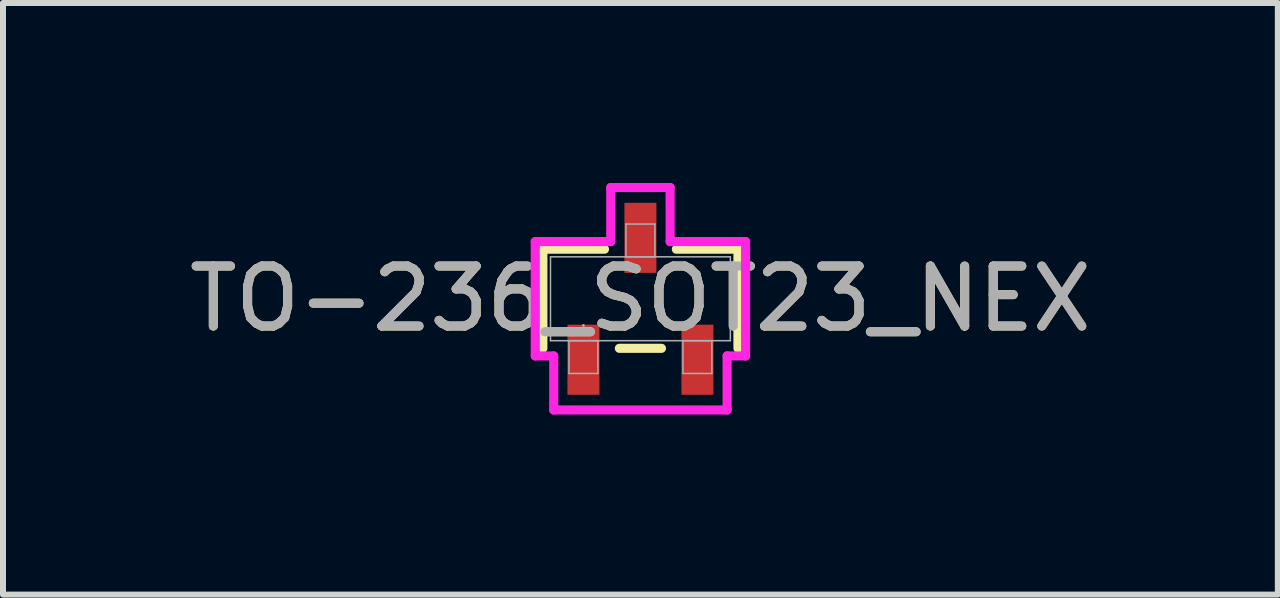
<source format=kicad_pcb>
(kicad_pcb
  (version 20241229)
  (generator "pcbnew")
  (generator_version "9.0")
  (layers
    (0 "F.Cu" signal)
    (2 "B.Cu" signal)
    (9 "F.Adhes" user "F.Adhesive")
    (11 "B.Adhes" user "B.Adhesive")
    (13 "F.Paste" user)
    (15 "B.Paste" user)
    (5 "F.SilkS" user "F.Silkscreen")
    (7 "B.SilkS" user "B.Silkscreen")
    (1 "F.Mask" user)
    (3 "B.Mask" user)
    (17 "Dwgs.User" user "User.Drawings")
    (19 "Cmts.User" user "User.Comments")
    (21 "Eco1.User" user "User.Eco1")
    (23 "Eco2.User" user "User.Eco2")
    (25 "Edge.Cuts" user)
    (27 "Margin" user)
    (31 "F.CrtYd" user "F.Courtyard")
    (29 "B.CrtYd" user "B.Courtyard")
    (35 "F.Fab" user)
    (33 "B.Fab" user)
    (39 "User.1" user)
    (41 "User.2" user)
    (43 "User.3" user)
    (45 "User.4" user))
  (footprint "TO-236_SOT23_NEX"
    (layer "F.Cu")
    (at 7.625 1.93)
    (property "Reference" "TO-236_SOT23_NEX" (at 0 0 0) (unlocked yes) (layer "F.SilkS") (effects (font (size 1 1) (thickness 0.15))))
    (attr smd)
    (fp_line (start -1.626 -0.826) (end -1.626 0.826) (stroke (width 0.152) (type solid)) (layer "F.SilkS"))
    (fp_line (start -0.599 -0.826) (end -1.626 -0.826) (stroke (width 0.152) (type solid)) (layer "F.SilkS"))
    (fp_line (start -0.351 0.826) (end 0.351 0.826) (stroke (width 0.152) (type solid)) (layer "F.SilkS"))
    (fp_line (start 1.626 -0.826) (end 0.599 -0.826) (stroke (width 0.152) (type solid)) (layer "F.SilkS"))
    (fp_line (start 1.626 0.826) (end 1.626 -0.826) (stroke (width 0.152) (type solid)) (layer "F.SilkS"))
    (fp_line (start -1.753 -0.953) (end -0.495 -0.953) (stroke (width 0.152) (type solid)) (layer "F.CrtYd"))
    (fp_line (start -1.753 0.953) (end -1.753 -0.953) (stroke (width 0.152) (type solid)) (layer "F.CrtYd"))
    (fp_line (start -1.753 0.953) (end -1.445 0.953) (stroke (width 0.152) (type solid)) (layer "F.CrtYd"))
    (fp_line (start -1.445 0.953) (end -1.445 1.854) (stroke (width 0.152) (type solid)) (layer "F.CrtYd"))
    (fp_line (start -1.445 1.854) (end 1.445 1.854) (stroke (width 0.152) (type solid)) (layer "F.CrtYd"))
    (fp_line (start -0.495 -1.854) (end 0.495 -1.854) (stroke (width 0.152) (type solid)) (layer "F.CrtYd"))
    (fp_line (start -0.495 -0.953) (end -0.495 -1.854) (stroke (width 0.152) (type solid)) (layer "F.CrtYd"))
    (fp_line (start 0.495 -0.953) (end 0.495 -1.854) (stroke (width 0.152) (type solid)) (layer "F.CrtYd"))
    (fp_line (start 1.445 0.953) (end 1.445 1.854) (stroke (width 0.152) (type solid)) (layer "F.CrtYd"))
    (fp_line (start 1.753 -0.953) (end 0.495 -0.953) (stroke (width 0.152) (type solid)) (layer "F.CrtYd"))
    (fp_line (start 1.753 -0.953) (end 1.753 0.953) (stroke (width 0.152) (type solid)) (layer "F.CrtYd"))
    (fp_line (start 1.753 0.953) (end 1.445 0.953) (stroke (width 0.152) (type solid)) (layer "F.CrtYd"))
    (fp_line (start -1.499 -0.699) (end -1.499 0.699) (stroke (width 0.025) (type solid)) (layer "F.Fab"))
    (fp_line (start -1.499 0.699) (end 1.499 0.699) (stroke (width 0.025) (type solid)) (layer "F.Fab"))
    (fp_line (start -1.191 0.699) (end -1.191 1.245) (stroke (width 0.025) (type solid)) (layer "F.Fab"))
    (fp_line (start -1.191 1.245) (end -0.709 1.245) (stroke (width 0.025) (type solid)) (layer "F.Fab"))
    (fp_line (start -0.709 0.699) (end -1.191 0.699) (stroke (width 0.025) (type solid)) (layer "F.Fab"))
    (fp_line (start -0.709 1.245) (end -0.709 0.699) (stroke (width 0.025) (type solid)) (layer "F.Fab"))
    (fp_line (start -0.241 -1.245) (end -0.241 -0.699) (stroke (width 0.025) (type solid)) (layer "F.Fab"))
    (fp_line (start -0.241 -0.699) (end 0.241 -0.699) (stroke (width 0.025) (type solid)) (layer "F.Fab"))
    (fp_line (start 0.241 -1.245) (end -0.241 -1.245) (stroke (width 0.025) (type solid)) (layer "F.Fab"))
    (fp_line (start 0.241 -0.699) (end 0.241 -1.245) (stroke (width 0.025) (type solid)) (layer "F.Fab"))
    (fp_line (start 0.709 0.699) (end 0.709 1.245) (stroke (width 0.025) (type solid)) (layer "F.Fab"))
    (fp_line (start 0.709 1.245) (end 1.191 1.245) (stroke (width 0.025) (type solid)) (layer "F.Fab"))
    (fp_line (start 1.191 0.699) (end 0.709 0.699) (stroke (width 0.025) (type solid)) (layer "F.Fab"))
    (fp_line (start 1.191 1.245) (end 1.191 0.699) (stroke (width 0.025) (type solid)) (layer "F.Fab"))
    (fp_line (start 1.499 -0.699) (end -1.499 -0.699) (stroke (width 0.025) (type solid)) (layer "F.Fab"))
    (fp_line (start 1.499 0.699) (end 1.499 -0.699) (stroke (width 0.025) (type solid)) (layer "F.Fab"))
    (fp_circle (center -0.95 0.445) (end -0.95 0.445) (stroke (width 0.025) (type solid)) (fill no) (layer "F.Fab"))
    (fp_text user "${REFERENCE}" (at 0 0 0) (unlocked yes) (layer "F.Fab") (effects (font (size 1 1) (thickness 0.15))))
    (pad "1" smd rect (at -0.95 1.016) (size 0.533 1.168) (layers "F.Cu" "F.Mask" "F.Paste"))
    (pad "2" smd rect (at 0.95 1.016) (size 0.533 1.168) (layers "F.Cu" "F.Mask" "F.Paste"))
    (pad "3" smd rect (at 0 -1.016) (size 0.533 1.168) (layers "F.Cu" "F.Mask" "F.Paste")))
  (gr_rect
    (start -3 -3)
    (end 18.25 6.861)
    (stroke (width 0.1) (type default))
    (fill no)
    (layer "Edge.Cuts")))
</source>
